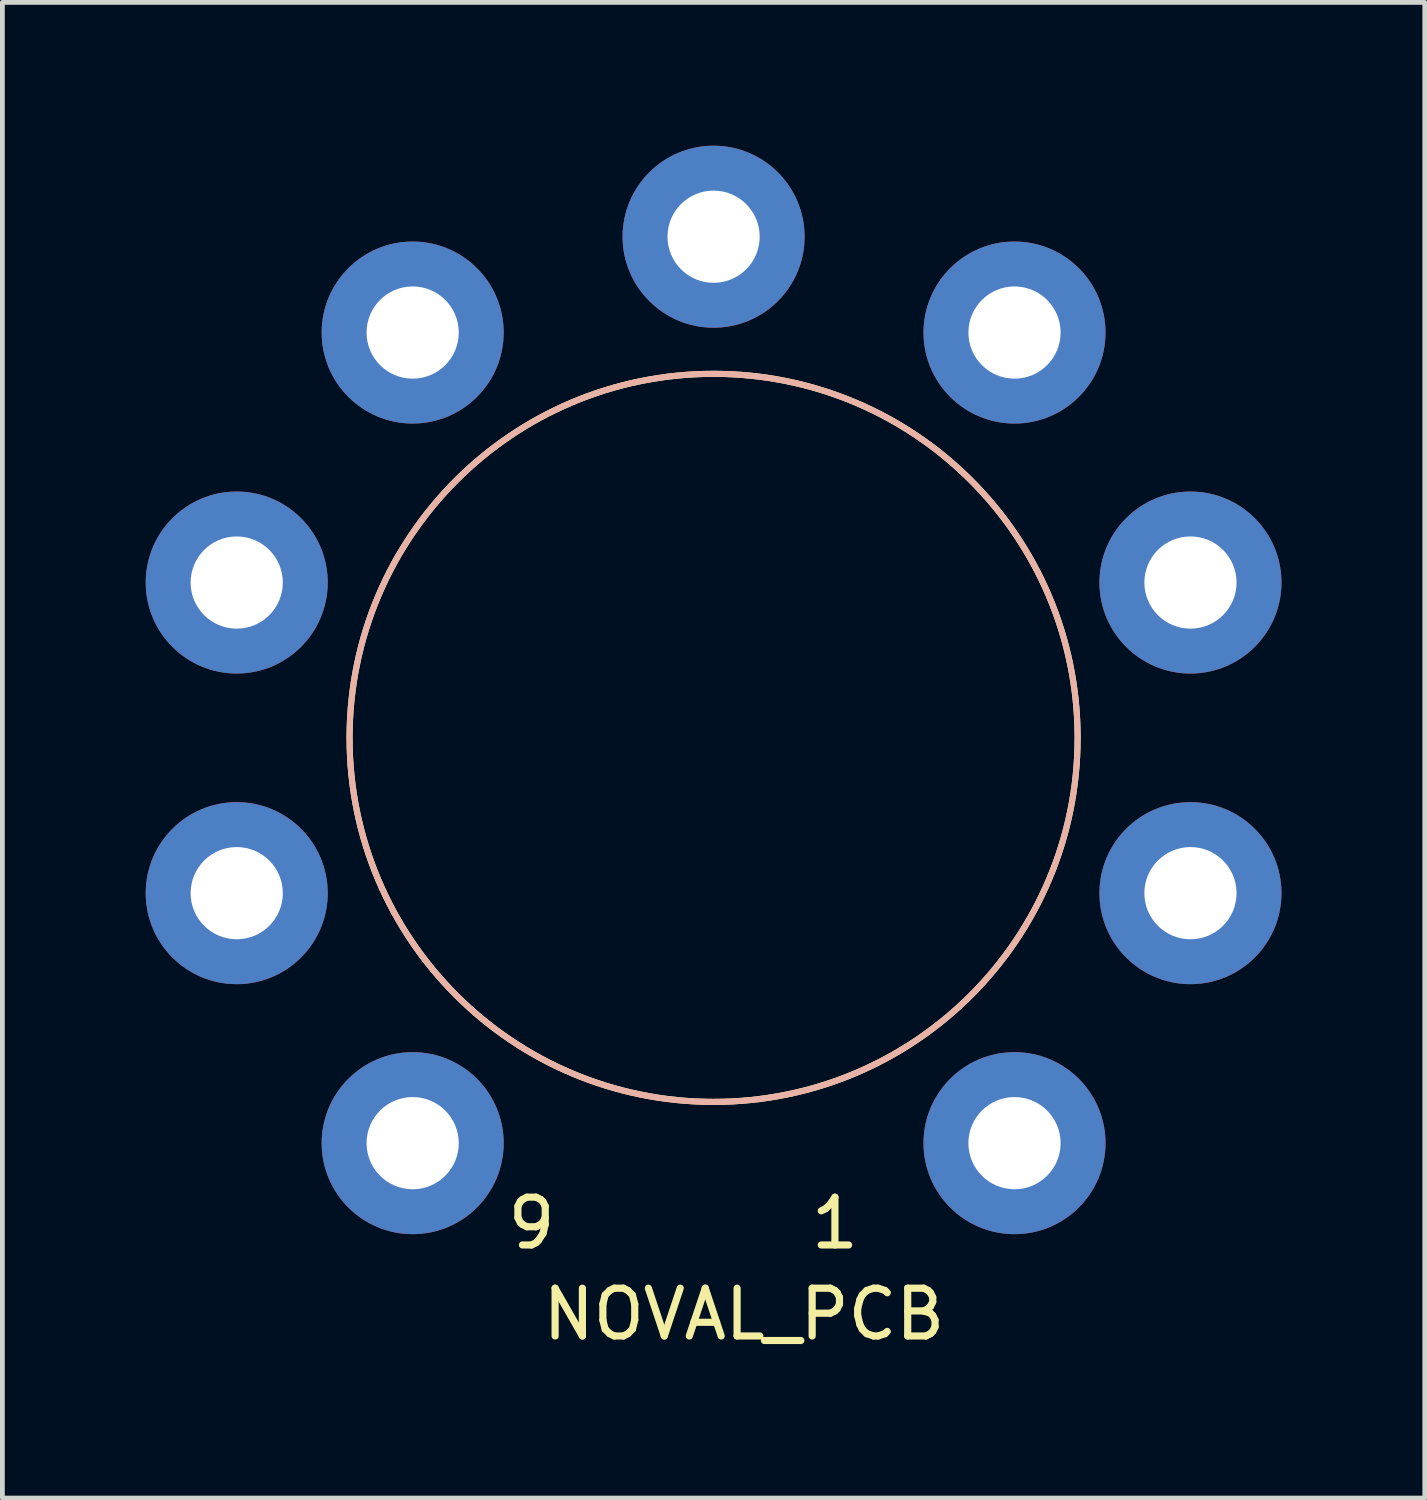
<source format=kicad_pcb>
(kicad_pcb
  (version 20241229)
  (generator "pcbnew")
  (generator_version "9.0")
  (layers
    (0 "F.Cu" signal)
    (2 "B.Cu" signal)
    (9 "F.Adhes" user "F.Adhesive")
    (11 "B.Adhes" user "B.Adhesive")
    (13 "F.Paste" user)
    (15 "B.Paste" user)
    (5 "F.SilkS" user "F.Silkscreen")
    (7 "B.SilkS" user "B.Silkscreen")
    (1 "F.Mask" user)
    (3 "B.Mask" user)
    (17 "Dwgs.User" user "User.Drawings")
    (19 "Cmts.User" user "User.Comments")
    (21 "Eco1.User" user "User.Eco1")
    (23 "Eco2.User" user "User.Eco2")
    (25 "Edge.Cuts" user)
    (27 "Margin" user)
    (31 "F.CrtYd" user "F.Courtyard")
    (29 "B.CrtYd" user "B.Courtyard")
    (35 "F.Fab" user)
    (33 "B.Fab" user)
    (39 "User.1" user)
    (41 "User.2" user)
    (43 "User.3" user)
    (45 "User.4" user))
  (footprint "NOVAL_PCB"
    (layer "F.Cu")
    (at 11.887 12.395)
    (property "Reference" "NOVAL_PCB" (at 0.635 12.065 0) (layer "F.SilkS") (effects (font (size 1 1) (thickness 0.15))))
    (attr through_hole)
    (fp_circle (center 0 0) (end 7.62 0) (stroke (width 0.127) (type solid)) (fill no) (layer "F.SilkS"))
    (fp_circle (center 0 0) (end 7.62 0) (stroke (width 0.127) (type solid)) (fill no) (layer "B.SilkS"))
    (fp_text user "1" (at 2.54 10.16 0) (layer "F.SilkS") (effects (font (size 1 1) (thickness 0.15))))
    (fp_text user "9" (at -3.81 10.16 0) (layer "F.SilkS") (effects (font (size 1 1) (thickness 0.15))))
    (pad "1" thru_hole circle (at 6.299 8.484) (size 3.81 3.81) (drill 1.93) (layers "*.Cu" "*.Mask"))
    (pad "2" thru_hole circle (at 9.982 3.251) (size 3.81 3.81) (drill 1.93) (layers "*.Cu" "*.Mask"))
    (pad "3" thru_hole circle (at 9.982 -3.251) (size 3.81 3.81) (drill 1.93) (layers "*.Cu" "*.Mask"))
    (pad "4" thru_hole circle (at 6.299 -8.484) (size 3.81 3.81) (drill 1.93) (layers "*.Cu" "*.Mask"))
    (pad "5" thru_hole circle (at 0 -10.49) (size 3.81 3.81) (drill 1.93) (layers "*.Cu" "*.Mask"))
    (pad "6" thru_hole circle (at -6.299 -8.484) (size 3.81 3.81) (drill 1.93) (layers "*.Cu" "*.Mask"))
    (pad "7" thru_hole circle (at -9.982 -3.251) (size 3.81 3.81) (drill 1.93) (layers "*.Cu" "*.Mask"))
    (pad "8" thru_hole circle (at -9.982 3.251) (size 3.81 3.81) (drill 1.93) (layers "*.Cu" "*.Mask"))
    (pad "9" thru_hole circle (at -6.299 8.484) (size 3.81 3.81) (drill 1.93) (layers "*.Cu" "*.Mask")))
  (gr_rect
    (start -3 -3)
    (end 26.774 28.308)
    (stroke (width 0.1) (type default))
    (fill no)
    (layer "Edge.Cuts")))
</source>
